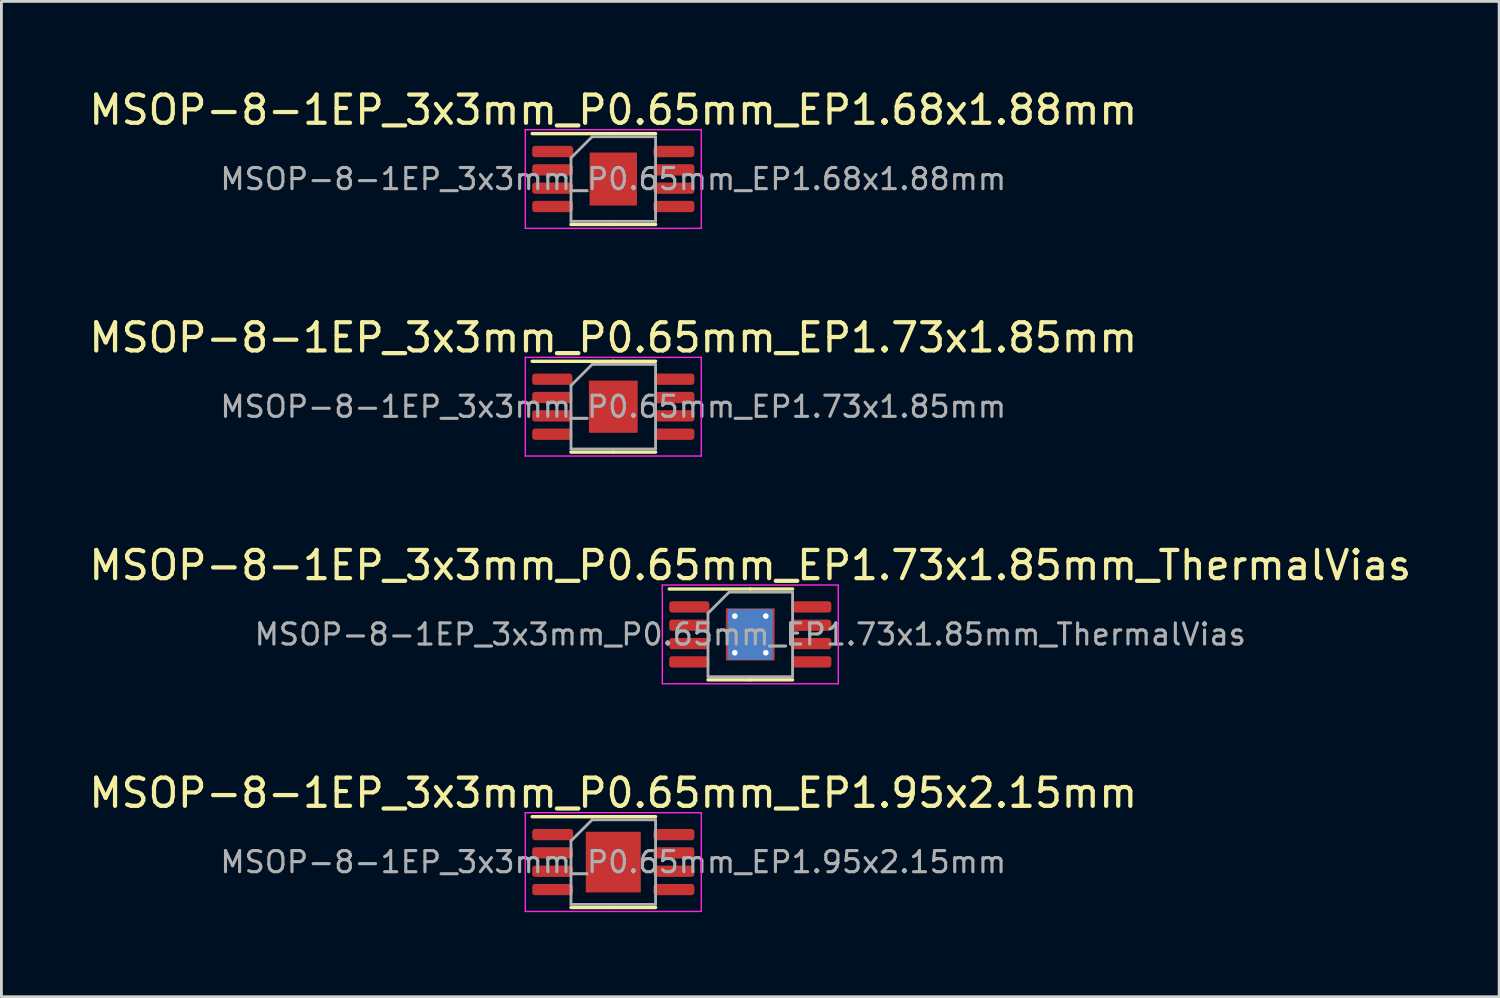
<source format=kicad_pcb>
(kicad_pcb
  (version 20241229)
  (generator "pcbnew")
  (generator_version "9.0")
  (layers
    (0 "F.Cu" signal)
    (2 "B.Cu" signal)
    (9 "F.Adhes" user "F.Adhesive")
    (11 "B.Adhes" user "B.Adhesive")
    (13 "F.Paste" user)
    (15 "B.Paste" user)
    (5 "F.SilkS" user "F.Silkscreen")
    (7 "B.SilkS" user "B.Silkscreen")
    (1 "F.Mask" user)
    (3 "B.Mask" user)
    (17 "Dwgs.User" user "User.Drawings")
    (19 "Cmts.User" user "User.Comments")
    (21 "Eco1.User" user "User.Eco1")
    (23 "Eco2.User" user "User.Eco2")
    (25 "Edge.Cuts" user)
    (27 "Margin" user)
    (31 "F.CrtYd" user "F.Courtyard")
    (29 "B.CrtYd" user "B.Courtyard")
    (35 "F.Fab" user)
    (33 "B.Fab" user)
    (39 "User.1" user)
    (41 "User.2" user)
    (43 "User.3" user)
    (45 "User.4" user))
  (footprint "MSOP-8-1EP_3x3mm_P0.65mm_EP1.73x1.85mm_ThermalVias"
    (layer "F.Cu")
    (at 23.554 19.445)
    (property "Reference" "MSOP-8-1EP_3x3mm_P0.65mm_EP1.73x1.85mm_ThermalVias" (at 0 -2.45 0) (layer "F.SilkS") (effects (font (size 1 1) (thickness 0.15))))
    (attr smd)
    (fp_line (start 0 -1.61) (end -2.875 -1.61) (stroke (width 0.12) (type solid)) (layer "F.SilkS"))
    (fp_line (start 0 -1.61) (end 1.5 -1.61) (stroke (width 0.12) (type solid)) (layer "F.SilkS"))
    (fp_line (start 0 1.61) (end -1.5 1.61) (stroke (width 0.12) (type solid)) (layer "F.SilkS"))
    (fp_line (start 0 1.61) (end 1.5 1.61) (stroke (width 0.12) (type solid)) (layer "F.SilkS"))
    (fp_line (start -3.12 -1.75) (end -3.12 1.75) (stroke (width 0.05) (type solid)) (layer "F.CrtYd"))
    (fp_line (start -3.12 1.75) (end 3.12 1.75) (stroke (width 0.05) (type solid)) (layer "F.CrtYd"))
    (fp_line (start 3.12 -1.75) (end -3.12 -1.75) (stroke (width 0.05) (type solid)) (layer "F.CrtYd"))
    (fp_line (start 3.12 1.75) (end 3.12 -1.75) (stroke (width 0.05) (type solid)) (layer "F.CrtYd"))
    (fp_line (start -1.5 -0.75) (end -0.75 -1.5) (stroke (width 0.1) (type solid)) (layer "F.Fab"))
    (fp_line (start -1.5 1.5) (end -1.5 -0.75) (stroke (width 0.1) (type solid)) (layer "F.Fab"))
    (fp_line (start -0.75 -1.5) (end 1.5 -1.5) (stroke (width 0.1) (type solid)) (layer "F.Fab"))
    (fp_line (start 1.5 -1.5) (end 1.5 1.5) (stroke (width 0.1) (type solid)) (layer "F.Fab"))
    (fp_line (start 1.5 1.5) (end -1.5 1.5) (stroke (width 0.1) (type solid)) (layer "F.Fab"))
    (fp_text user "${REFERENCE}" (at 0 0 0) (layer "F.Fab") (effects (font (size 0.75 0.75) (thickness 0.11))))
    (pad "" smd roundrect (at -0.43 -0.46) (size 0.72 0.77) (layers "F.Paste") (roundrect_rratio 0.25))
    (pad "" smd roundrect (at -0.43 0.46) (size 0.72 0.77) (layers "F.Paste") (roundrect_rratio 0.25))
    (pad "" smd roundrect (at 0.43 -0.46) (size 0.72 0.77) (layers "F.Paste") (roundrect_rratio 0.25))
    (pad "" smd roundrect (at 0.43 0.46) (size 0.72 0.77) (layers "F.Paste") (roundrect_rratio 0.25))
    (pad "1" smd roundrect (at -2.163 -0.975) (size 1.425 0.4) (layers "F.Cu" "F.Mask" "F.Paste") (roundrect_rratio 0.25))
    (pad "2" smd roundrect (at -2.163 -0.325) (size 1.425 0.4) (layers "F.Cu" "F.Mask" "F.Paste") (roundrect_rratio 0.25))
    (pad "3" smd roundrect (at -2.163 0.325) (size 1.425 0.4) (layers "F.Cu" "F.Mask" "F.Paste") (roundrect_rratio 0.25))
    (pad "4" smd roundrect (at -2.163 0.975) (size 1.425 0.4) (layers "F.Cu" "F.Mask" "F.Paste") (roundrect_rratio 0.25))
    (pad "5" smd roundrect (at 2.163 0.975) (size 1.425 0.4) (layers "F.Cu" "F.Mask" "F.Paste") (roundrect_rratio 0.25))
    (pad "6" smd roundrect (at 2.163 0.325) (size 1.425 0.4) (layers "F.Cu" "F.Mask" "F.Paste") (roundrect_rratio 0.25))
    (pad "7" smd roundrect (at 2.163 -0.325) (size 1.425 0.4) (layers "F.Cu" "F.Mask" "F.Paste") (roundrect_rratio 0.25))
    (pad "8" smd roundrect (at 2.163 -0.975) (size 1.425 0.4) (layers "F.Cu" "F.Mask" "F.Paste") (roundrect_rratio 0.25))
    (pad "9" thru_hole circle (at -0.55 -0.65) (size 0.5 0.5) (drill 0.2) (layers "*.Cu"))
    (pad "9" thru_hole circle (at -0.55 0.65) (size 0.5 0.5) (drill 0.2) (layers "*.Cu"))
    (pad "9" smd rect (at 0 0) (size 1.6 1.8) (layers "B.Cu"))
    (pad "9" smd rect (at 0 0) (size 1.73 1.85) (layers "F.Cu" "F.Mask"))
    (pad "9" thru_hole circle (at 0.55 -0.65) (size 0.5 0.5) (drill 0.2) (layers "*.Cu"))
    (pad "9" thru_hole circle (at 0.55 0.65) (size 0.5 0.5) (drill 0.2) (layers "*.Cu")))
  (footprint "MSOP-8-1EP_3x3mm_P0.65mm_EP1.95x2.15mm"
    (layer "F.Cu")
    (at 18.696 27.518)
    (property "Reference" "MSOP-8-1EP_3x3mm_P0.65mm_EP1.95x2.15mm" (at 0 -2.45 0) (layer "F.SilkS") (effects (font (size 1 1) (thickness 0.15))))
    (attr smd)
    (fp_line (start 0 -1.61) (end -2.875 -1.61) (stroke (width 0.12) (type solid)) (layer "F.SilkS"))
    (fp_line (start 0 -1.61) (end 1.5 -1.61) (stroke (width 0.12) (type solid)) (layer "F.SilkS"))
    (fp_line (start 0 1.61) (end -1.5 1.61) (stroke (width 0.12) (type solid)) (layer "F.SilkS"))
    (fp_line (start 0 1.61) (end 1.5 1.61) (stroke (width 0.12) (type solid)) (layer "F.SilkS"))
    (fp_line (start -3.12 -1.75) (end -3.12 1.75) (stroke (width 0.05) (type solid)) (layer "F.CrtYd"))
    (fp_line (start -3.12 1.75) (end 3.12 1.75) (stroke (width 0.05) (type solid)) (layer "F.CrtYd"))
    (fp_line (start 3.12 -1.75) (end -3.12 -1.75) (stroke (width 0.05) (type solid)) (layer "F.CrtYd"))
    (fp_line (start 3.12 1.75) (end 3.12 -1.75) (stroke (width 0.05) (type solid)) (layer "F.CrtYd"))
    (fp_line (start -1.5 -0.75) (end -0.75 -1.5) (stroke (width 0.1) (type solid)) (layer "F.Fab"))
    (fp_line (start -1.5 1.5) (end -1.5 -0.75) (stroke (width 0.1) (type solid)) (layer "F.Fab"))
    (fp_line (start -0.75 -1.5) (end 1.5 -1.5) (stroke (width 0.1) (type solid)) (layer "F.Fab"))
    (fp_line (start 1.5 -1.5) (end 1.5 1.5) (stroke (width 0.1) (type solid)) (layer "F.Fab"))
    (fp_line (start 1.5 1.5) (end -1.5 1.5) (stroke (width 0.1) (type solid)) (layer "F.Fab"))
    (fp_text user "${REFERENCE}" (at 0 0 0) (layer "F.Fab") (effects (font (size 0.75 0.75) (thickness 0.11))))
    (pad "" smd roundrect (at -0.49 -0.54) (size 0.79 0.87) (layers "F.Paste") (roundrect_rratio 0.25))
    (pad "" smd roundrect (at -0.49 0.54) (size 0.79 0.87) (layers "F.Paste") (roundrect_rratio 0.25))
    (pad "" smd roundrect (at 0.49 -0.54) (size 0.79 0.87) (layers "F.Paste") (roundrect_rratio 0.25))
    (pad "" smd roundrect (at 0.49 0.54) (size 0.79 0.87) (layers "F.Paste") (roundrect_rratio 0.25))
    (pad "1" smd roundrect (at -2.15 -0.975) (size 1.45 0.4) (layers "F.Cu" "F.Mask" "F.Paste") (roundrect_rratio 0.25))
    (pad "2" smd roundrect (at -2.15 -0.325) (size 1.45 0.4) (layers "F.Cu" "F.Mask" "F.Paste") (roundrect_rratio 0.25))
    (pad "3" smd roundrect (at -2.15 0.325) (size 1.45 0.4) (layers "F.Cu" "F.Mask" "F.Paste") (roundrect_rratio 0.25))
    (pad "4" smd roundrect (at -2.15 0.975) (size 1.45 0.4) (layers "F.Cu" "F.Mask" "F.Paste") (roundrect_rratio 0.25))
    (pad "5" smd roundrect (at 2.15 0.975) (size 1.45 0.4) (layers "F.Cu" "F.Mask" "F.Paste") (roundrect_rratio 0.25))
    (pad "6" smd roundrect (at 2.15 0.325) (size 1.45 0.4) (layers "F.Cu" "F.Mask" "F.Paste") (roundrect_rratio 0.25))
    (pad "7" smd roundrect (at 2.15 -0.325) (size 1.45 0.4) (layers "F.Cu" "F.Mask" "F.Paste") (roundrect_rratio 0.25))
    (pad "8" smd roundrect (at 2.15 -0.975) (size 1.45 0.4) (layers "F.Cu" "F.Mask" "F.Paste") (roundrect_rratio 0.25))
    (pad "9" smd rect (at 0 0) (size 1.95 2.15) (layers "F.Cu" "F.Mask")))
  (footprint "MSOP-8-1EP_3x3mm_P0.65mm_EP1.73x1.85mm"
    (layer "F.Cu")
    (at 18.696 11.371)
    (property "Reference" "MSOP-8-1EP_3x3mm_P0.65mm_EP1.73x1.85mm" (at 0 -2.45 0) (layer "F.SilkS") (effects (font (size 1 1) (thickness 0.15))))
    (attr smd)
    (fp_line (start 0 -1.61) (end -2.875 -1.61) (stroke (width 0.12) (type solid)) (layer "F.SilkS"))
    (fp_line (start 0 -1.61) (end 1.5 -1.61) (stroke (width 0.12) (type solid)) (layer "F.SilkS"))
    (fp_line (start 0 1.61) (end -1.5 1.61) (stroke (width 0.12) (type solid)) (layer "F.SilkS"))
    (fp_line (start 0 1.61) (end 1.5 1.61) (stroke (width 0.12) (type solid)) (layer "F.SilkS"))
    (fp_line (start -3.12 -1.75) (end -3.12 1.75) (stroke (width 0.05) (type solid)) (layer "F.CrtYd"))
    (fp_line (start -3.12 1.75) (end 3.12 1.75) (stroke (width 0.05) (type solid)) (layer "F.CrtYd"))
    (fp_line (start 3.12 -1.75) (end -3.12 -1.75) (stroke (width 0.05) (type solid)) (layer "F.CrtYd"))
    (fp_line (start 3.12 1.75) (end 3.12 -1.75) (stroke (width 0.05) (type solid)) (layer "F.CrtYd"))
    (fp_line (start -1.5 -0.75) (end -0.75 -1.5) (stroke (width 0.1) (type solid)) (layer "F.Fab"))
    (fp_line (start -1.5 1.5) (end -1.5 -0.75) (stroke (width 0.1) (type solid)) (layer "F.Fab"))
    (fp_line (start -0.75 -1.5) (end 1.5 -1.5) (stroke (width 0.1) (type solid)) (layer "F.Fab"))
    (fp_line (start 1.5 -1.5) (end 1.5 1.5) (stroke (width 0.1) (type solid)) (layer "F.Fab"))
    (fp_line (start 1.5 1.5) (end -1.5 1.5) (stroke (width 0.1) (type solid)) (layer "F.Fab"))
    (fp_text user "${REFERENCE}" (at 0 0 0) (layer "F.Fab") (effects (font (size 0.75 0.75) (thickness 0.11))))
    (pad "" smd roundrect (at -0.43 -0.46) (size 0.7 0.75) (layers "F.Paste") (roundrect_rratio 0.25))
    (pad "" smd roundrect (at -0.43 0.46) (size 0.7 0.75) (layers "F.Paste") (roundrect_rratio 0.25))
    (pad "" smd roundrect (at 0.43 -0.46) (size 0.7 0.75) (layers "F.Paste") (roundrect_rratio 0.25))
    (pad "" smd roundrect (at 0.43 0.46) (size 0.7 0.75) (layers "F.Paste") (roundrect_rratio 0.25))
    (pad "1" smd roundrect (at -2.163 -0.975) (size 1.425 0.4) (layers "F.Cu" "F.Mask" "F.Paste") (roundrect_rratio 0.25))
    (pad "2" smd roundrect (at -2.163 -0.325) (size 1.425 0.4) (layers "F.Cu" "F.Mask" "F.Paste") (roundrect_rratio 0.25))
    (pad "3" smd roundrect (at -2.163 0.325) (size 1.425 0.4) (layers "F.Cu" "F.Mask" "F.Paste") (roundrect_rratio 0.25))
    (pad "4" smd roundrect (at -2.163 0.975) (size 1.425 0.4) (layers "F.Cu" "F.Mask" "F.Paste") (roundrect_rratio 0.25))
    (pad "5" smd roundrect (at 2.163 0.975) (size 1.425 0.4) (layers "F.Cu" "F.Mask" "F.Paste") (roundrect_rratio 0.25))
    (pad "6" smd roundrect (at 2.163 0.325) (size 1.425 0.4) (layers "F.Cu" "F.Mask" "F.Paste") (roundrect_rratio 0.25))
    (pad "7" smd roundrect (at 2.163 -0.325) (size 1.425 0.4) (layers "F.Cu" "F.Mask" "F.Paste") (roundrect_rratio 0.25))
    (pad "8" smd roundrect (at 2.163 -0.975) (size 1.425 0.4) (layers "F.Cu" "F.Mask" "F.Paste") (roundrect_rratio 0.25))
    (pad "9" smd rect (at 0 0) (size 1.73 1.85) (layers "F.Cu" "F.Mask")))
  (footprint "MSOP-8-1EP_3x3mm_P0.65mm_EP1.68x1.88mm"
    (layer "F.Cu")
    (at 18.696 3.298)
    (property "Reference" "MSOP-8-1EP_3x3mm_P0.65mm_EP1.68x1.88mm" (at 0 -2.45 0) (layer "F.SilkS") (effects (font (size 1 1) (thickness 0.15))))
    (attr smd)
    (fp_line (start 0 -1.61) (end -2.875 -1.61) (stroke (width 0.12) (type solid)) (layer "F.SilkS"))
    (fp_line (start 0 -1.61) (end 1.5 -1.61) (stroke (width 0.12) (type solid)) (layer "F.SilkS"))
    (fp_line (start 0 1.61) (end -1.5 1.61) (stroke (width 0.12) (type solid)) (layer "F.SilkS"))
    (fp_line (start 0 1.61) (end 1.5 1.61) (stroke (width 0.12) (type solid)) (layer "F.SilkS"))
    (fp_line (start -3.12 -1.75) (end -3.12 1.75) (stroke (width 0.05) (type solid)) (layer "F.CrtYd"))
    (fp_line (start -3.12 1.75) (end 3.12 1.75) (stroke (width 0.05) (type solid)) (layer "F.CrtYd"))
    (fp_line (start 3.12 -1.75) (end -3.12 -1.75) (stroke (width 0.05) (type solid)) (layer "F.CrtYd"))
    (fp_line (start 3.12 1.75) (end 3.12 -1.75) (stroke (width 0.05) (type solid)) (layer "F.CrtYd"))
    (fp_line (start -1.5 -0.75) (end -0.75 -1.5) (stroke (width 0.1) (type solid)) (layer "F.Fab"))
    (fp_line (start -1.5 1.5) (end -1.5 -0.75) (stroke (width 0.1) (type solid)) (layer "F.Fab"))
    (fp_line (start -0.75 -1.5) (end 1.5 -1.5) (stroke (width 0.1) (type solid)) (layer "F.Fab"))
    (fp_line (start 1.5 -1.5) (end 1.5 1.5) (stroke (width 0.1) (type solid)) (layer "F.Fab"))
    (fp_line (start 1.5 1.5) (end -1.5 1.5) (stroke (width 0.1) (type solid)) (layer "F.Fab"))
    (fp_text user "${REFERENCE}" (at 0 0 0) (layer "F.Fab") (effects (font (size 0.75 0.75) (thickness 0.11))))
    (pad "" smd roundrect (at -0.42 -0.47) (size 0.68 0.76) (layers "F.Paste") (roundrect_rratio 0.25))
    (pad "" smd roundrect (at -0.42 0.47) (size 0.68 0.76) (layers "F.Paste") (roundrect_rratio 0.25))
    (pad "" smd roundrect (at 0.42 -0.47) (size 0.68 0.76) (layers "F.Paste") (roundrect_rratio 0.25))
    (pad "" smd roundrect (at 0.42 0.47) (size 0.68 0.76) (layers "F.Paste") (roundrect_rratio 0.25))
    (pad "1" smd roundrect (at -2.15 -0.975) (size 1.45 0.4) (layers "F.Cu" "F.Mask" "F.Paste") (roundrect_rratio 0.25))
    (pad "2" smd roundrect (at -2.15 -0.325) (size 1.45 0.4) (layers "F.Cu" "F.Mask" "F.Paste") (roundrect_rratio 0.25))
    (pad "3" smd roundrect (at -2.15 0.325) (size 1.45 0.4) (layers "F.Cu" "F.Mask" "F.Paste") (roundrect_rratio 0.25))
    (pad "4" smd roundrect (at -2.15 0.975) (size 1.45 0.4) (layers "F.Cu" "F.Mask" "F.Paste") (roundrect_rratio 0.25))
    (pad "5" smd roundrect (at 2.15 0.975) (size 1.45 0.4) (layers "F.Cu" "F.Mask" "F.Paste") (roundrect_rratio 0.25))
    (pad "6" smd roundrect (at 2.15 0.325) (size 1.45 0.4) (layers "F.Cu" "F.Mask" "F.Paste") (roundrect_rratio 0.25))
    (pad "7" smd roundrect (at 2.15 -0.325) (size 1.45 0.4) (layers "F.Cu" "F.Mask" "F.Paste") (roundrect_rratio 0.25))
    (pad "8" smd roundrect (at 2.15 -0.975) (size 1.45 0.4) (layers "F.Cu" "F.Mask" "F.Paste") (roundrect_rratio 0.25))
    (pad "9" smd rect (at 0 0) (size 1.68 1.88) (layers "F.Cu" "F.Mask")))
  (gr_rect
    (start -3 -3)
    (end 50.107 32.293)
    (stroke (width 0.1) (type default))
    (fill no)
    (layer "Edge.Cuts")))
</source>
